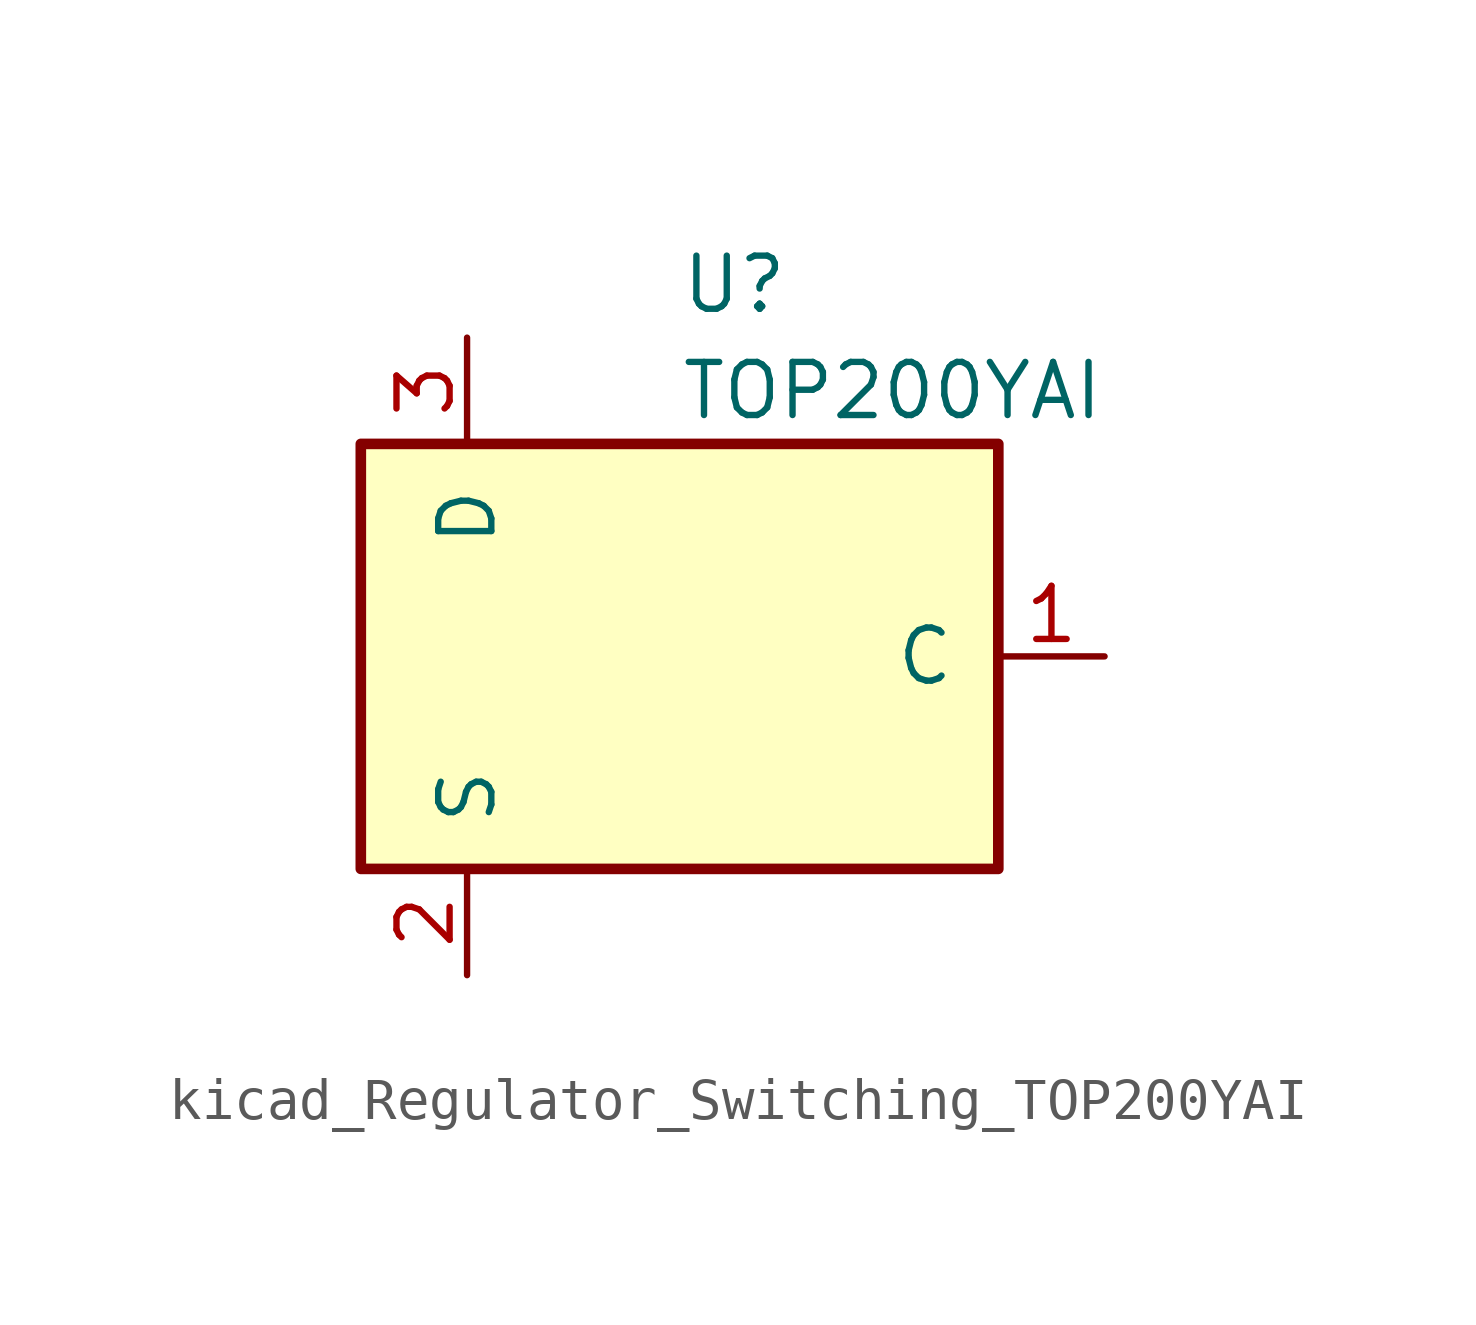
<source format=kicad_sym>
(kicad_symbol_lib
  (version 20220914)
  (generator kicad_symbol_editor)
  (symbol "kicad_Regulator_Switching_TOP200YAI"
    (pin_names
      (offset 1.016))
    (property "Reference" "U"
      (at 0 8.89 0)
      (effects (font (size 1.27 1.27)) (justify left)))
    (property "Value" "TOP200YAI"
      (at 0 6.35 0)
      (effects (font (size 1.27 1.27)) (justify left)))
    (symbol "kicad_Regulator_Switching_TOP200YAI_0_1"
      (rectangle (start -7.62 5.08) (end 7.62 -5.08) (stroke (width 0.254) (type default)) (fill (type background))))
    (symbol "kicad_Regulator_Switching_TOP200YAI_1_1"
      (pin input line (at 10.16 0 180) (length 2.54) (name "C" (effects (font (size 1.27 1.27)))) (number "1" (effects (font (size 1.27 1.27)))))
      (pin power_in line (at -5.08 -7.62 90) (length 2.54) (name "S" (effects (font (size 1.27 1.27)))) (number "2" (effects (font (size 1.27 1.27)))))
      (pin open_collector line (at -5.08 7.62 270) (length 2.54) (name "D" (effects (font (size 1.27 1.27)))) (number "3" (effects (font (size 1.27 1.27))))))))
</source>
